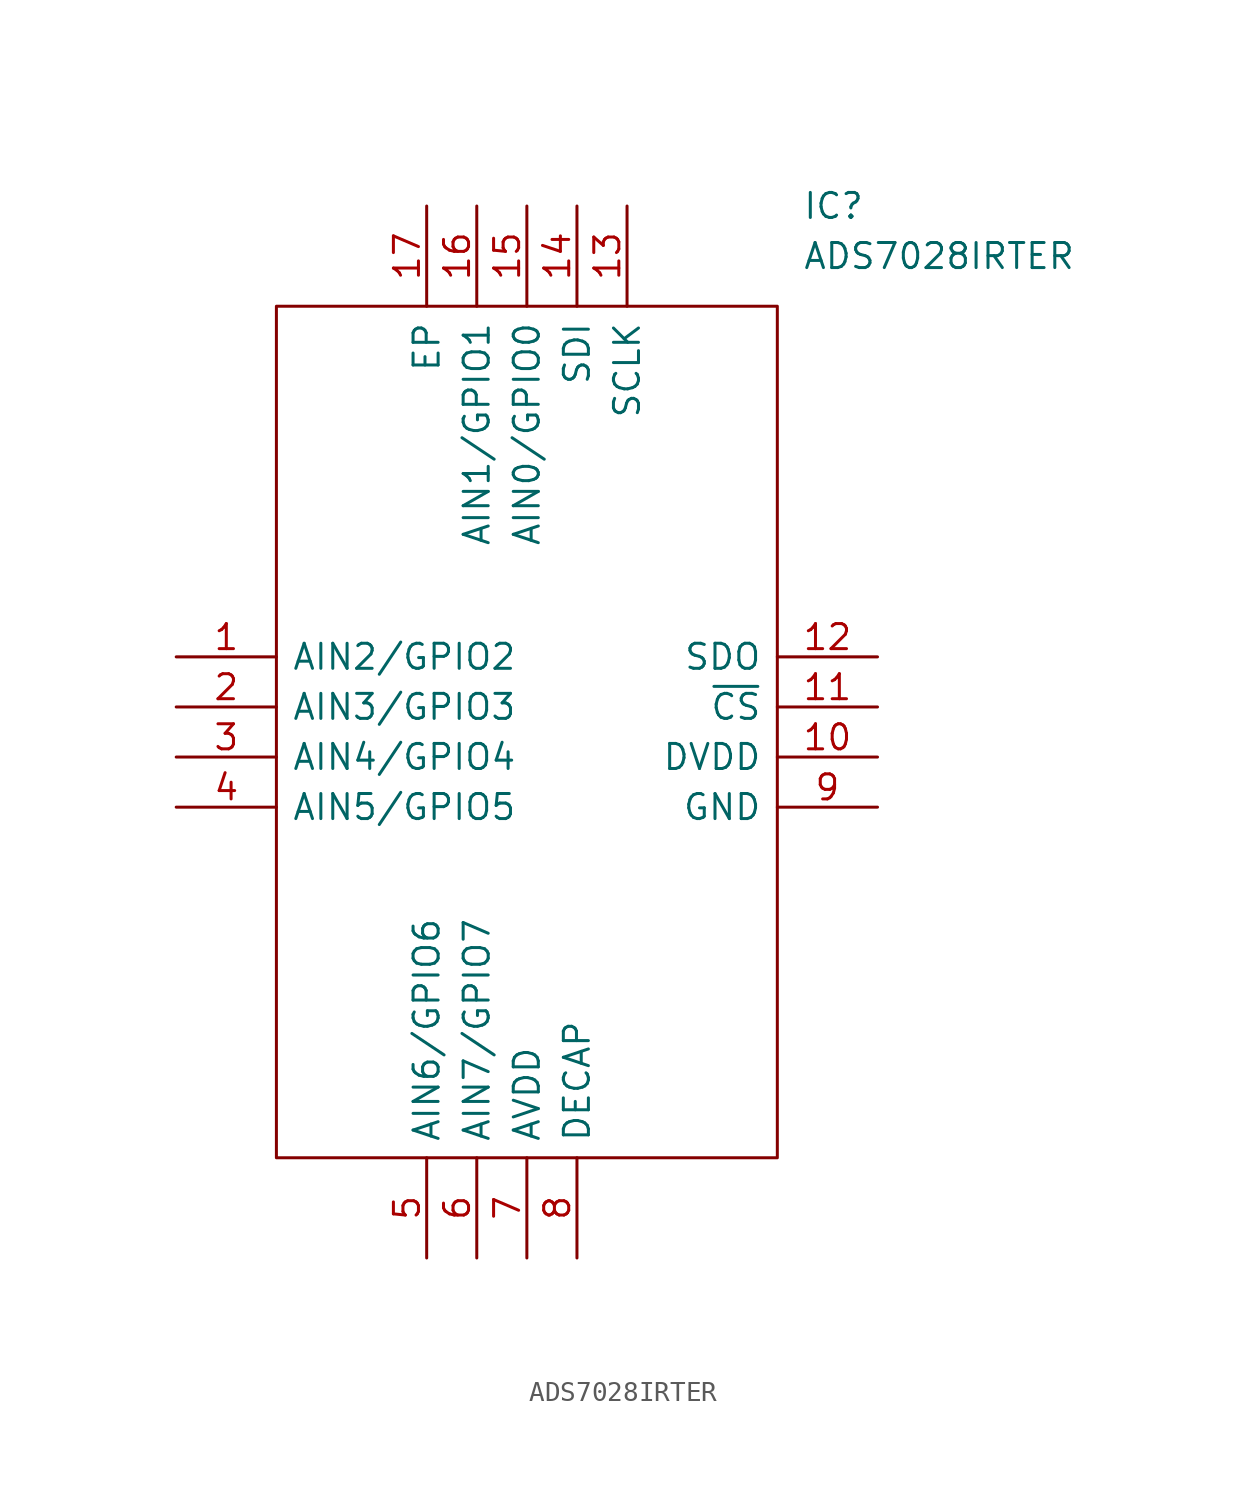
<source format=kicad_sym>
(kicad_symbol_lib
  (version 20211014)
  (generator kicad_symbol_editor)
  (symbol "ADS7028IRTER"
    (pin_names
      (offset 0.762))
    (property "Reference" "IC"
      (at 31.75 22.86 0)
      (effects (font (size 1.27 1.27)) (justify left)))
    (property "Value" "ADS7028IRTER"
      (at 31.75 20.32 0)
      (effects (font (size 1.27 1.27)) (justify left)))
    (symbol "ADS7028IRTER_0_0"
      (pin passive line (at 0 0 0) (length 5.08) (name "AIN2/GPIO2" (effects (font (size 1.27 1.27)))) (number "1" (effects (font (size 1.27 1.27)))))
      (pin passive line (at 35.56 -5.08 180) (length 5.08) (name "DVDD" (effects (font (size 1.27 1.27)))) (number "10" (effects (font (size 1.27 1.27)))))
      (pin passive line (at 35.56 -2.54 180) (length 5.08) (name "~{CS}" (effects (font (size 1.27 1.27)))) (number "11" (effects (font (size 1.27 1.27)))))
      (pin passive line (at 35.56 0 180) (length 5.08) (name "SDO" (effects (font (size 1.27 1.27)))) (number "12" (effects (font (size 1.27 1.27)))))
      (pin passive line (at 22.86 22.86 270) (length 5.08) (name "SCLK" (effects (font (size 1.27 1.27)))) (number "13" (effects (font (size 1.27 1.27)))))
      (pin passive line (at 20.32 22.86 270) (length 5.08) (name "SDI" (effects (font (size 1.27 1.27)))) (number "14" (effects (font (size 1.27 1.27)))))
      (pin passive line (at 17.78 22.86 270) (length 5.08) (name "AIN0/GPIO0" (effects (font (size 1.27 1.27)))) (number "15" (effects (font (size 1.27 1.27)))))
      (pin passive line (at 15.24 22.86 270) (length 5.08) (name "AIN1/GPIO1" (effects (font (size 1.27 1.27)))) (number "16" (effects (font (size 1.27 1.27)))))
      (pin passive line (at 12.7 22.86 270) (length 5.08) (name "EP" (effects (font (size 1.27 1.27)))) (number "17" (effects (font (size 1.27 1.27)))))
      (pin passive line (at 0 -2.54 0) (length 5.08) (name "AIN3/GPIO3" (effects (font (size 1.27 1.27)))) (number "2" (effects (font (size 1.27 1.27)))))
      (pin passive line (at 0 -5.08 0) (length 5.08) (name "AIN4/GPIO4" (effects (font (size 1.27 1.27)))) (number "3" (effects (font (size 1.27 1.27)))))
      (pin passive line (at 0 -7.62 0) (length 5.08) (name "AIN5/GPIO5" (effects (font (size 1.27 1.27)))) (number "4" (effects (font (size 1.27 1.27)))))
      (pin passive line (at 12.7 -30.48 90) (length 5.08) (name "AIN6/GPIO6" (effects (font (size 1.27 1.27)))) (number "5" (effects (font (size 1.27 1.27)))))
      (pin passive line (at 15.24 -30.48 90) (length 5.08) (name "AIN7/GPIO7" (effects (font (size 1.27 1.27)))) (number "6" (effects (font (size 1.27 1.27)))))
      (pin passive line (at 17.78 -30.48 90) (length 5.08) (name "AVDD" (effects (font (size 1.27 1.27)))) (number "7" (effects (font (size 1.27 1.27)))))
      (pin passive line (at 20.32 -30.48 90) (length 5.08) (name "DECAP" (effects (font (size 1.27 1.27)))) (number "8" (effects (font (size 1.27 1.27)))))
      (pin passive line (at 35.56 -7.62 180) (length 5.08) (name "GND" (effects (font (size 1.27 1.27)))) (number "9" (effects (font (size 1.27 1.27))))))
    (symbol "ADS7028IRTER_0_1"
      (polyline (pts (xy 5.08 17.78) (xy 30.48 17.78) (xy 30.48 -25.4) (xy 5.08 -25.4) (xy 5.08 17.78)) (stroke (width 0.152) (type default) (color 0 0 0 0)) (fill (type none))))))
</source>
